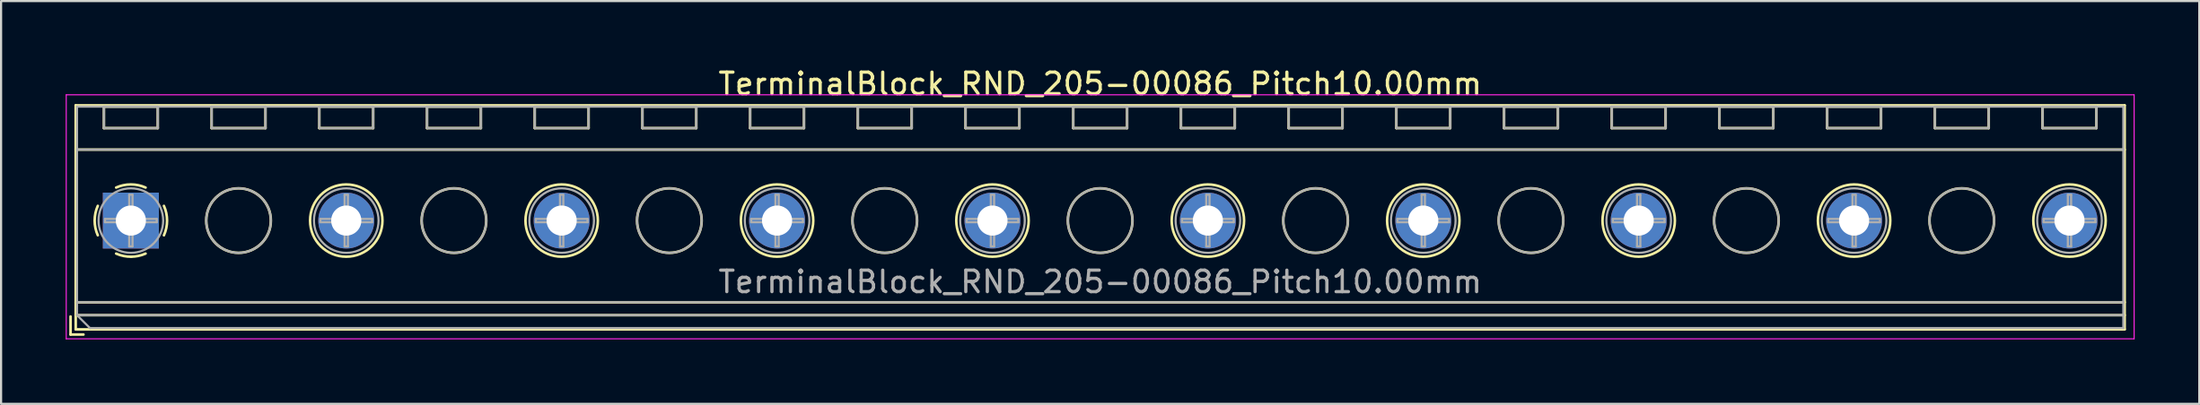
<source format=kicad_pcb>
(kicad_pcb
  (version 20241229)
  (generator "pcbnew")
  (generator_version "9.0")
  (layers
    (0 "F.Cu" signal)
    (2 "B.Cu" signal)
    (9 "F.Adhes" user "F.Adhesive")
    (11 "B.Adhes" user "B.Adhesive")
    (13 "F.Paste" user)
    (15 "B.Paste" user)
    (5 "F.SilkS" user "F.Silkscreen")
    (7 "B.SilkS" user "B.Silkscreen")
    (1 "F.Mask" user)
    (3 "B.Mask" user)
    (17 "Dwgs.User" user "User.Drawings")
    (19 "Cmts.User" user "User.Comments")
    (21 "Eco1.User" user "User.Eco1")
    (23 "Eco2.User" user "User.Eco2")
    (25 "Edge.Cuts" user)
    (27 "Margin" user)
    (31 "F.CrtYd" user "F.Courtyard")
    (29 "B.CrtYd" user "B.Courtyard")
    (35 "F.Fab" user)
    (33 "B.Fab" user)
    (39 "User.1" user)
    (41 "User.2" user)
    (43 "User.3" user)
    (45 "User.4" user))
  (footprint "TerminalBlock_RND_205-00086_Pitch10.00mm"
    (layer "F.Cu")
    (at 3.025 7.208)
    (property "Reference" "TerminalBlock_RND_205-00086_Pitch10.00mm" (at 45 -6.36 0) (layer "F.SilkS") (effects (font (size 1 1) (thickness 0.15))))
    (attr through_hole)
    (fp_line (start -2.8 4.46) (end -2.8 5.3) (stroke (width 0.12) (type solid)) (layer "F.SilkS"))
    (fp_line (start -2.8 5.3) (end -2.2 5.3) (stroke (width 0.12) (type solid)) (layer "F.SilkS"))
    (fp_line (start -2.56 -5.36) (end -2.56 5.06) (stroke (width 0.12) (type solid)) (layer "F.SilkS"))
    (fp_line (start -2.56 -3.3) (end 92.56 -3.3) (stroke (width 0.12) (type solid)) (layer "F.SilkS"))
    (fp_line (start -2.56 3.8) (end 92.56 3.8) (stroke (width 0.12) (type solid)) (layer "F.SilkS"))
    (fp_line (start -2.56 4.4) (end 92.56 4.4) (stroke (width 0.12) (type solid)) (layer "F.SilkS"))
    (fp_line (start -2.56 5.06) (end 92.56 5.06) (stroke (width 0.12) (type solid)) (layer "F.SilkS"))
    (fp_line (start -1.25 -5.301) (end -1.25 -4.301) (stroke (width 0.12) (type solid)) (layer "F.SilkS"))
    (fp_line (start -1.25 -5.301) (end 1.25 -5.301) (stroke (width 0.12) (type solid)) (layer "F.SilkS"))
    (fp_line (start -1.25 -4.301) (end 1.25 -4.301) (stroke (width 0.12) (type solid)) (layer "F.SilkS"))
    (fp_line (start 1.25 -5.301) (end 1.25 -4.301) (stroke (width 0.12) (type solid)) (layer "F.SilkS"))
    (fp_line (start 3.75 -5.301) (end 3.75 -4.301) (stroke (width 0.12) (type solid)) (layer "F.SilkS"))
    (fp_line (start 3.75 -5.301) (end 6.25 -5.301) (stroke (width 0.12) (type solid)) (layer "F.SilkS"))
    (fp_line (start 3.75 -4.301) (end 6.25 -4.301) (stroke (width 0.12) (type solid)) (layer "F.SilkS"))
    (fp_line (start 6.25 -5.301) (end 6.25 -4.301) (stroke (width 0.12) (type solid)) (layer "F.SilkS"))
    (fp_line (start 8.75 -5.301) (end 8.75 -4.301) (stroke (width 0.12) (type solid)) (layer "F.SilkS"))
    (fp_line (start 8.75 -5.301) (end 11.25 -5.301) (stroke (width 0.12) (type solid)) (layer "F.SilkS"))
    (fp_line (start 8.75 -4.301) (end 11.25 -4.301) (stroke (width 0.12) (type solid)) (layer "F.SilkS"))
    (fp_line (start 11.25 -5.301) (end 11.25 -4.301) (stroke (width 0.12) (type solid)) (layer "F.SilkS"))
    (fp_line (start 13.75 -5.301) (end 13.75 -4.301) (stroke (width 0.12) (type solid)) (layer "F.SilkS"))
    (fp_line (start 13.75 -5.301) (end 16.25 -5.301) (stroke (width 0.12) (type solid)) (layer "F.SilkS"))
    (fp_line (start 13.75 -4.301) (end 16.25 -4.301) (stroke (width 0.12) (type solid)) (layer "F.SilkS"))
    (fp_line (start 16.25 -5.301) (end 16.25 -4.301) (stroke (width 0.12) (type solid)) (layer "F.SilkS"))
    (fp_line (start 18.75 -5.301) (end 18.75 -4.301) (stroke (width 0.12) (type solid)) (layer "F.SilkS"))
    (fp_line (start 18.75 -5.301) (end 21.25 -5.301) (stroke (width 0.12) (type solid)) (layer "F.SilkS"))
    (fp_line (start 18.75 -4.301) (end 21.25 -4.301) (stroke (width 0.12) (type solid)) (layer "F.SilkS"))
    (fp_line (start 21.25 -5.301) (end 21.25 -4.301) (stroke (width 0.12) (type solid)) (layer "F.SilkS"))
    (fp_line (start 23.75 -5.301) (end 23.75 -4.301) (stroke (width 0.12) (type solid)) (layer "F.SilkS"))
    (fp_line (start 23.75 -5.301) (end 26.25 -5.301) (stroke (width 0.12) (type solid)) (layer "F.SilkS"))
    (fp_line (start 23.75 -4.301) (end 26.25 -4.301) (stroke (width 0.12) (type solid)) (layer "F.SilkS"))
    (fp_line (start 26.25 -5.301) (end 26.25 -4.301) (stroke (width 0.12) (type solid)) (layer "F.SilkS"))
    (fp_line (start 28.75 -5.301) (end 28.75 -4.301) (stroke (width 0.12) (type solid)) (layer "F.SilkS"))
    (fp_line (start 28.75 -5.301) (end 31.25 -5.301) (stroke (width 0.12) (type solid)) (layer "F.SilkS"))
    (fp_line (start 28.75 -4.301) (end 31.25 -4.301) (stroke (width 0.12) (type solid)) (layer "F.SilkS"))
    (fp_line (start 31.25 -5.301) (end 31.25 -4.301) (stroke (width 0.12) (type solid)) (layer "F.SilkS"))
    (fp_line (start 33.75 -5.301) (end 33.75 -4.301) (stroke (width 0.12) (type solid)) (layer "F.SilkS"))
    (fp_line (start 33.75 -5.301) (end 36.25 -5.301) (stroke (width 0.12) (type solid)) (layer "F.SilkS"))
    (fp_line (start 33.75 -4.301) (end 36.25 -4.301) (stroke (width 0.12) (type solid)) (layer "F.SilkS"))
    (fp_line (start 36.25 -5.301) (end 36.25 -4.301) (stroke (width 0.12) (type solid)) (layer "F.SilkS"))
    (fp_line (start 38.75 -5.301) (end 38.75 -4.301) (stroke (width 0.12) (type solid)) (layer "F.SilkS"))
    (fp_line (start 38.75 -5.301) (end 41.25 -5.301) (stroke (width 0.12) (type solid)) (layer "F.SilkS"))
    (fp_line (start 38.75 -4.301) (end 41.25 -4.301) (stroke (width 0.12) (type solid)) (layer "F.SilkS"))
    (fp_line (start 41.25 -5.301) (end 41.25 -4.301) (stroke (width 0.12) (type solid)) (layer "F.SilkS"))
    (fp_line (start 43.75 -5.301) (end 43.75 -4.301) (stroke (width 0.12) (type solid)) (layer "F.SilkS"))
    (fp_line (start 43.75 -5.301) (end 46.25 -5.301) (stroke (width 0.12) (type solid)) (layer "F.SilkS"))
    (fp_line (start 43.75 -4.301) (end 46.25 -4.301) (stroke (width 0.12) (type solid)) (layer "F.SilkS"))
    (fp_line (start 46.25 -5.301) (end 46.25 -4.301) (stroke (width 0.12) (type solid)) (layer "F.SilkS"))
    (fp_line (start 48.75 -5.301) (end 48.75 -4.301) (stroke (width 0.12) (type solid)) (layer "F.SilkS"))
    (fp_line (start 48.75 -5.301) (end 51.25 -5.301) (stroke (width 0.12) (type solid)) (layer "F.SilkS"))
    (fp_line (start 48.75 -4.301) (end 51.25 -4.301) (stroke (width 0.12) (type solid)) (layer "F.SilkS"))
    (fp_line (start 51.25 -5.301) (end 51.25 -4.301) (stroke (width 0.12) (type solid)) (layer "F.SilkS"))
    (fp_line (start 53.75 -5.301) (end 53.75 -4.301) (stroke (width 0.12) (type solid)) (layer "F.SilkS"))
    (fp_line (start 53.75 -5.301) (end 56.25 -5.301) (stroke (width 0.12) (type solid)) (layer "F.SilkS"))
    (fp_line (start 53.75 -4.301) (end 56.25 -4.301) (stroke (width 0.12) (type solid)) (layer "F.SilkS"))
    (fp_line (start 56.25 -5.301) (end 56.25 -4.301) (stroke (width 0.12) (type solid)) (layer "F.SilkS"))
    (fp_line (start 58.75 -5.301) (end 58.75 -4.301) (stroke (width 0.12) (type solid)) (layer "F.SilkS"))
    (fp_line (start 58.75 -5.301) (end 61.25 -5.301) (stroke (width 0.12) (type solid)) (layer "F.SilkS"))
    (fp_line (start 58.75 -4.301) (end 61.25 -4.301) (stroke (width 0.12) (type solid)) (layer "F.SilkS"))
    (fp_line (start 61.25 -5.301) (end 61.25 -4.301) (stroke (width 0.12) (type solid)) (layer "F.SilkS"))
    (fp_line (start 63.75 -5.301) (end 63.75 -4.301) (stroke (width 0.12) (type solid)) (layer "F.SilkS"))
    (fp_line (start 63.75 -5.301) (end 66.25 -5.301) (stroke (width 0.12) (type solid)) (layer "F.SilkS"))
    (fp_line (start 63.75 -4.301) (end 66.25 -4.301) (stroke (width 0.12) (type solid)) (layer "F.SilkS"))
    (fp_line (start 66.25 -5.301) (end 66.25 -4.301) (stroke (width 0.12) (type solid)) (layer "F.SilkS"))
    (fp_line (start 68.75 -5.301) (end 68.75 -4.301) (stroke (width 0.12) (type solid)) (layer "F.SilkS"))
    (fp_line (start 68.75 -5.301) (end 71.25 -5.301) (stroke (width 0.12) (type solid)) (layer "F.SilkS"))
    (fp_line (start 68.75 -4.301) (end 71.25 -4.301) (stroke (width 0.12) (type solid)) (layer "F.SilkS"))
    (fp_line (start 71.25 -5.301) (end 71.25 -4.301) (stroke (width 0.12) (type solid)) (layer "F.SilkS"))
    (fp_line (start 73.75 -5.301) (end 73.75 -4.301) (stroke (width 0.12) (type solid)) (layer "F.SilkS"))
    (fp_line (start 73.75 -5.301) (end 76.25 -5.301) (stroke (width 0.12) (type solid)) (layer "F.SilkS"))
    (fp_line (start 73.75 -4.301) (end 76.25 -4.301) (stroke (width 0.12) (type solid)) (layer "F.SilkS"))
    (fp_line (start 76.25 -5.301) (end 76.25 -4.301) (stroke (width 0.12) (type solid)) (layer "F.SilkS"))
    (fp_line (start 78.75 -5.301) (end 78.75 -4.301) (stroke (width 0.12) (type solid)) (layer "F.SilkS"))
    (fp_line (start 78.75 -5.301) (end 81.25 -5.301) (stroke (width 0.12) (type solid)) (layer "F.SilkS"))
    (fp_line (start 78.75 -4.301) (end 81.25 -4.301) (stroke (width 0.12) (type solid)) (layer "F.SilkS"))
    (fp_line (start 81.25 -5.301) (end 81.25 -4.301) (stroke (width 0.12) (type solid)) (layer "F.SilkS"))
    (fp_line (start 83.75 -5.301) (end 83.75 -4.301) (stroke (width 0.12) (type solid)) (layer "F.SilkS"))
    (fp_line (start 83.75 -5.301) (end 86.25 -5.301) (stroke (width 0.12) (type solid)) (layer "F.SilkS"))
    (fp_line (start 83.75 -4.301) (end 86.25 -4.301) (stroke (width 0.12) (type solid)) (layer "F.SilkS"))
    (fp_line (start 86.25 -5.301) (end 86.25 -4.301) (stroke (width 0.12) (type solid)) (layer "F.SilkS"))
    (fp_line (start 88.75 -5.301) (end 88.75 -4.301) (stroke (width 0.12) (type solid)) (layer "F.SilkS"))
    (fp_line (start 88.75 -5.301) (end 91.25 -5.301) (stroke (width 0.12) (type solid)) (layer "F.SilkS"))
    (fp_line (start 88.75 -4.301) (end 91.25 -4.301) (stroke (width 0.12) (type solid)) (layer "F.SilkS"))
    (fp_line (start 91.25 -5.301) (end 91.25 -4.301) (stroke (width 0.12) (type solid)) (layer "F.SilkS"))
    (fp_line (start 92.56 -5.36) (end -2.56 -5.36) (stroke (width 0.12) (type solid)) (layer "F.SilkS"))
    (fp_line (start 92.56 5.06) (end 92.56 -5.36) (stroke (width 0.12) (type solid)) (layer "F.SilkS"))
    (fp_arc (start -1.535427 0.683042) (mid -1.680501 -0.000524) (end -1.535 -0.684) (stroke (width 0.12) (type solid)) (layer "F.SilkS"))
    (fp_arc (start -0.683042 -1.535427) (mid 0.000524 -1.680501) (end 0.684 -1.535) (stroke (width 0.12) (type solid)) (layer "F.SilkS"))
    (fp_arc (start 0.028805 1.680253) (mid -0.335551 1.646659) (end -0.684 1.535) (stroke (width 0.12) (type solid)) (layer "F.SilkS"))
    (fp_arc (start 0.683318 1.534756) (mid 0.349292 1.643288) (end 0 1.68) (stroke (width 0.12) (type solid)) (layer "F.SilkS"))
    (fp_arc (start 1.535427 -0.683042) (mid 1.680501 0.000524) (end 1.535 0.684) (stroke (width 0.12) (type solid)) (layer "F.SilkS"))
    (fp_circle (center 5 0) (end 6.5 0) (stroke (width 0.12) (type solid)) (fill no) (layer "F.SilkS"))
    (fp_circle (center 10 0) (end 11.68 0) (stroke (width 0.12) (type solid)) (fill no) (layer "F.SilkS"))
    (fp_circle (center 15 0) (end 16.5 0) (stroke (width 0.12) (type solid)) (fill no) (layer "F.SilkS"))
    (fp_circle (center 20 0) (end 21.68 0) (stroke (width 0.12) (type solid)) (fill no) (layer "F.SilkS"))
    (fp_circle (center 25 0) (end 26.5 0) (stroke (width 0.12) (type solid)) (fill no) (layer "F.SilkS"))
    (fp_circle (center 30 0) (end 31.68 0) (stroke (width 0.12) (type solid)) (fill no) (layer "F.SilkS"))
    (fp_circle (center 35 0) (end 36.5 0) (stroke (width 0.12) (type solid)) (fill no) (layer "F.SilkS"))
    (fp_circle (center 40 0) (end 41.68 0) (stroke (width 0.12) (type solid)) (fill no) (layer "F.SilkS"))
    (fp_circle (center 45 0) (end 46.5 0) (stroke (width 0.12) (type solid)) (fill no) (layer "F.SilkS"))
    (fp_circle (center 50 0) (end 51.68 0) (stroke (width 0.12) (type solid)) (fill no) (layer "F.SilkS"))
    (fp_circle (center 55 0) (end 56.5 0) (stroke (width 0.12) (type solid)) (fill no) (layer "F.SilkS"))
    (fp_circle (center 60 0) (end 61.68 0) (stroke (width 0.12) (type solid)) (fill no) (layer "F.SilkS"))
    (fp_circle (center 65 0) (end 66.5 0) (stroke (width 0.12) (type solid)) (fill no) (layer "F.SilkS"))
    (fp_circle (center 70 0) (end 71.68 0) (stroke (width 0.12) (type solid)) (fill no) (layer "F.SilkS"))
    (fp_circle (center 75 0) (end 76.5 0) (stroke (width 0.12) (type solid)) (fill no) (layer "F.SilkS"))
    (fp_circle (center 80 0) (end 81.68 0) (stroke (width 0.12) (type solid)) (fill no) (layer "F.SilkS"))
    (fp_circle (center 85 0) (end 86.5 0) (stroke (width 0.12) (type solid)) (fill no) (layer "F.SilkS"))
    (fp_circle (center 90 0) (end 91.68 0) (stroke (width 0.12) (type solid)) (fill no) (layer "F.SilkS"))
    (fp_line (start -3 -5.85) (end -3 5.5) (stroke (width 0.05) (type solid)) (layer "F.CrtYd"))
    (fp_line (start -3 5.5) (end 93 5.5) (stroke (width 0.05) (type solid)) (layer "F.CrtYd"))
    (fp_line (start 93 -5.85) (end -3 -5.85) (stroke (width 0.05) (type solid)) (layer "F.CrtYd"))
    (fp_line (start 93 5.5) (end 93 -5.85) (stroke (width 0.05) (type solid)) (layer "F.CrtYd"))
    (fp_line (start -2.5 -5.3) (end 92.5 -5.3) (stroke (width 0.1) (type solid)) (layer "F.Fab"))
    (fp_line (start -2.5 -3.3) (end 92.5 -3.3) (stroke (width 0.1) (type solid)) (layer "F.Fab"))
    (fp_line (start -2.5 3.8) (end 92.5 3.8) (stroke (width 0.1) (type solid)) (layer "F.Fab"))
    (fp_line (start -2.5 4.4) (end -2.5 -5.3) (stroke (width 0.1) (type solid)) (layer "F.Fab"))
    (fp_line (start -2.5 4.4) (end 92.5 4.4) (stroke (width 0.1) (type solid)) (layer "F.Fab"))
    (fp_line (start -1.9 5) (end -2.5 4.4) (stroke (width 0.1) (type solid)) (layer "F.Fab"))
    (fp_line (start -1.25 -5.3) (end -1.25 -4.3) (stroke (width 0.1) (type solid)) (layer "F.Fab"))
    (fp_line (start -1.25 -4.3) (end 1.25 -4.3) (stroke (width 0.1) (type solid)) (layer "F.Fab"))
    (fp_line (start -1.201 -0.076) (end -0.076 -0.076) (stroke (width 0.1) (type solid)) (layer "F.Fab"))
    (fp_line (start -1.201 0.076) (end -1.201 -0.076) (stroke (width 0.1) (type solid)) (layer "F.Fab"))
    (fp_line (start -0.076 -1.201) (end 0.076 -1.201) (stroke (width 0.1) (type solid)) (layer "F.Fab"))
    (fp_line (start -0.076 -0.076) (end -0.076 -1.201) (stroke (width 0.1) (type solid)) (layer "F.Fab"))
    (fp_line (start -0.076 0.076) (end -1.201 0.076) (stroke (width 0.1) (type solid)) (layer "F.Fab"))
    (fp_line (start -0.076 1.201) (end -0.076 0.076) (stroke (width 0.1) (type solid)) (layer "F.Fab"))
    (fp_line (start 0.076 -1.201) (end 0.076 -0.076) (stroke (width 0.1) (type solid)) (layer "F.Fab"))
    (fp_line (start 0.076 -0.076) (end 1.201 -0.076) (stroke (width 0.1) (type solid)) (layer "F.Fab"))
    (fp_line (start 0.076 0.076) (end 0.076 1.201) (stroke (width 0.1) (type solid)) (layer "F.Fab"))
    (fp_line (start 0.076 1.201) (end -0.076 1.201) (stroke (width 0.1) (type solid)) (layer "F.Fab"))
    (fp_line (start 1.201 -0.076) (end 1.201 0.076) (stroke (width 0.1) (type solid)) (layer "F.Fab"))
    (fp_line (start 1.201 0.076) (end 0.076 0.076) (stroke (width 0.1) (type solid)) (layer "F.Fab"))
    (fp_line (start 1.25 -5.3) (end -1.25 -5.3) (stroke (width 0.1) (type solid)) (layer "F.Fab"))
    (fp_line (start 1.25 -4.3) (end 1.25 -5.3) (stroke (width 0.1) (type solid)) (layer "F.Fab"))
    (fp_line (start 3.75 -5.3) (end 3.75 -4.3) (stroke (width 0.1) (type solid)) (layer "F.Fab"))
    (fp_line (start 3.75 -4.3) (end 6.25 -4.3) (stroke (width 0.1) (type solid)) (layer "F.Fab"))
    (fp_line (start 6.25 -5.3) (end 3.75 -5.3) (stroke (width 0.1) (type solid)) (layer "F.Fab"))
    (fp_line (start 6.25 -4.3) (end 6.25 -5.3) (stroke (width 0.1) (type solid)) (layer "F.Fab"))
    (fp_line (start 8.75 -5.3) (end 8.75 -4.3) (stroke (width 0.1) (type solid)) (layer "F.Fab"))
    (fp_line (start 8.75 -4.3) (end 11.25 -4.3) (stroke (width 0.1) (type solid)) (layer "F.Fab"))
    (fp_line (start 8.799 -0.076) (end 9.924 -0.076) (stroke (width 0.1) (type solid)) (layer "F.Fab"))
    (fp_line (start 8.799 0.076) (end 8.799 -0.076) (stroke (width 0.1) (type solid)) (layer "F.Fab"))
    (fp_line (start 9.924 -1.201) (end 10.076 -1.201) (stroke (width 0.1) (type solid)) (layer "F.Fab"))
    (fp_line (start 9.924 -0.076) (end 9.924 -1.201) (stroke (width 0.1) (type solid)) (layer "F.Fab"))
    (fp_line (start 9.924 0.076) (end 8.799 0.076) (stroke (width 0.1) (type solid)) (layer "F.Fab"))
    (fp_line (start 9.924 1.201) (end 9.924 0.076) (stroke (width 0.1) (type solid)) (layer "F.Fab"))
    (fp_line (start 10.076 -1.201) (end 10.076 -0.076) (stroke (width 0.1) (type solid)) (layer "F.Fab"))
    (fp_line (start 10.076 -0.076) (end 11.201 -0.076) (stroke (width 0.1) (type solid)) (layer "F.Fab"))
    (fp_line (start 10.076 0.076) (end 10.076 1.201) (stroke (width 0.1) (type solid)) (layer "F.Fab"))
    (fp_line (start 10.076 1.201) (end 9.924 1.201) (stroke (width 0.1) (type solid)) (layer "F.Fab"))
    (fp_line (start 11.201 -0.076) (end 11.201 0.076) (stroke (width 0.1) (type solid)) (layer "F.Fab"))
    (fp_line (start 11.201 0.076) (end 10.076 0.076) (stroke (width 0.1) (type solid)) (layer "F.Fab"))
    (fp_line (start 11.25 -5.3) (end 8.75 -5.3) (stroke (width 0.1) (type solid)) (layer "F.Fab"))
    (fp_line (start 11.25 -4.3) (end 11.25 -5.3) (stroke (width 0.1) (type solid)) (layer "F.Fab"))
    (fp_line (start 13.75 -5.3) (end 13.75 -4.3) (stroke (width 0.1) (type solid)) (layer "F.Fab"))
    (fp_line (start 13.75 -4.3) (end 16.25 -4.3) (stroke (width 0.1) (type solid)) (layer "F.Fab"))
    (fp_line (start 16.25 -5.3) (end 13.75 -5.3) (stroke (width 0.1) (type solid)) (layer "F.Fab"))
    (fp_line (start 16.25 -4.3) (end 16.25 -5.3) (stroke (width 0.1) (type solid)) (layer "F.Fab"))
    (fp_line (start 18.75 -5.3) (end 18.75 -4.3) (stroke (width 0.1) (type solid)) (layer "F.Fab"))
    (fp_line (start 18.75 -4.3) (end 21.25 -4.3) (stroke (width 0.1) (type solid)) (layer "F.Fab"))
    (fp_line (start 18.799 -0.076) (end 19.924 -0.076) (stroke (width 0.1) (type solid)) (layer "F.Fab"))
    (fp_line (start 18.799 0.076) (end 18.799 -0.076) (stroke (width 0.1) (type solid)) (layer "F.Fab"))
    (fp_line (start 19.924 -1.201) (end 20.076 -1.201) (stroke (width 0.1) (type solid)) (layer "F.Fab"))
    (fp_line (start 19.924 -0.076) (end 19.924 -1.201) (stroke (width 0.1) (type solid)) (layer "F.Fab"))
    (fp_line (start 19.924 0.076) (end 18.799 0.076) (stroke (width 0.1) (type solid)) (layer "F.Fab"))
    (fp_line (start 19.924 1.201) (end 19.924 0.076) (stroke (width 0.1) (type solid)) (layer "F.Fab"))
    (fp_line (start 20.076 -1.201) (end 20.076 -0.076) (stroke (width 0.1) (type solid)) (layer "F.Fab"))
    (fp_line (start 20.076 -0.076) (end 21.201 -0.076) (stroke (width 0.1) (type solid)) (layer "F.Fab"))
    (fp_line (start 20.076 0.076) (end 20.076 1.201) (stroke (width 0.1) (type solid)) (layer "F.Fab"))
    (fp_line (start 20.076 1.201) (end 19.924 1.201) (stroke (width 0.1) (type solid)) (layer "F.Fab"))
    (fp_line (start 21.201 -0.076) (end 21.201 0.076) (stroke (width 0.1) (type solid)) (layer "F.Fab"))
    (fp_line (start 21.201 0.076) (end 20.076 0.076) (stroke (width 0.1) (type solid)) (layer "F.Fab"))
    (fp_line (start 21.25 -5.3) (end 18.75 -5.3) (stroke (width 0.1) (type solid)) (layer "F.Fab"))
    (fp_line (start 21.25 -4.3) (end 21.25 -5.3) (stroke (width 0.1) (type solid)) (layer "F.Fab"))
    (fp_line (start 23.75 -5.3) (end 23.75 -4.3) (stroke (width 0.1) (type solid)) (layer "F.Fab"))
    (fp_line (start 23.75 -4.3) (end 26.25 -4.3) (stroke (width 0.1) (type solid)) (layer "F.Fab"))
    (fp_line (start 26.25 -5.3) (end 23.75 -5.3) (stroke (width 0.1) (type solid)) (layer "F.Fab"))
    (fp_line (start 26.25 -4.3) (end 26.25 -5.3) (stroke (width 0.1) (type solid)) (layer "F.Fab"))
    (fp_line (start 28.75 -5.3) (end 28.75 -4.3) (stroke (width 0.1) (type solid)) (layer "F.Fab"))
    (fp_line (start 28.75 -4.3) (end 31.25 -4.3) (stroke (width 0.1) (type solid)) (layer "F.Fab"))
    (fp_line (start 28.799 -0.076) (end 29.924 -0.076) (stroke (width 0.1) (type solid)) (layer "F.Fab"))
    (fp_line (start 28.799 0.076) (end 28.799 -0.076) (stroke (width 0.1) (type solid)) (layer "F.Fab"))
    (fp_line (start 29.924 -1.201) (end 30.076 -1.201) (stroke (width 0.1) (type solid)) (layer "F.Fab"))
    (fp_line (start 29.924 -0.076) (end 29.924 -1.201) (stroke (width 0.1) (type solid)) (layer "F.Fab"))
    (fp_line (start 29.924 0.076) (end 28.799 0.076) (stroke (width 0.1) (type solid)) (layer "F.Fab"))
    (fp_line (start 29.924 1.201) (end 29.924 0.076) (stroke (width 0.1) (type solid)) (layer "F.Fab"))
    (fp_line (start 30.076 -1.201) (end 30.076 -0.076) (stroke (width 0.1) (type solid)) (layer "F.Fab"))
    (fp_line (start 30.076 -0.076) (end 31.201 -0.076) (stroke (width 0.1) (type solid)) (layer "F.Fab"))
    (fp_line (start 30.076 0.076) (end 30.076 1.201) (stroke (width 0.1) (type solid)) (layer "F.Fab"))
    (fp_line (start 30.076 1.201) (end 29.924 1.201) (stroke (width 0.1) (type solid)) (layer "F.Fab"))
    (fp_line (start 31.201 -0.076) (end 31.201 0.076) (stroke (width 0.1) (type solid)) (layer "F.Fab"))
    (fp_line (start 31.201 0.076) (end 30.076 0.076) (stroke (width 0.1) (type solid)) (layer "F.Fab"))
    (fp_line (start 31.25 -5.3) (end 28.75 -5.3) (stroke (width 0.1) (type solid)) (layer "F.Fab"))
    (fp_line (start 31.25 -4.3) (end 31.25 -5.3) (stroke (width 0.1) (type solid)) (layer "F.Fab"))
    (fp_line (start 33.75 -5.3) (end 33.75 -4.3) (stroke (width 0.1) (type solid)) (layer "F.Fab"))
    (fp_line (start 33.75 -4.3) (end 36.25 -4.3) (stroke (width 0.1) (type solid)) (layer "F.Fab"))
    (fp_line (start 36.25 -5.3) (end 33.75 -5.3) (stroke (width 0.1) (type solid)) (layer "F.Fab"))
    (fp_line (start 36.25 -4.3) (end 36.25 -5.3) (stroke (width 0.1) (type solid)) (layer "F.Fab"))
    (fp_line (start 38.75 -5.3) (end 38.75 -4.3) (stroke (width 0.1) (type solid)) (layer "F.Fab"))
    (fp_line (start 38.75 -4.3) (end 41.25 -4.3) (stroke (width 0.1) (type solid)) (layer "F.Fab"))
    (fp_line (start 38.799 -0.076) (end 39.924 -0.076) (stroke (width 0.1) (type solid)) (layer "F.Fab"))
    (fp_line (start 38.799 0.076) (end 38.799 -0.076) (stroke (width 0.1) (type solid)) (layer "F.Fab"))
    (fp_line (start 39.924 -1.201) (end 40.076 -1.201) (stroke (width 0.1) (type solid)) (layer "F.Fab"))
    (fp_line (start 39.924 -0.076) (end 39.924 -1.201) (stroke (width 0.1) (type solid)) (layer "F.Fab"))
    (fp_line (start 39.924 0.076) (end 38.799 0.076) (stroke (width 0.1) (type solid)) (layer "F.Fab"))
    (fp_line (start 39.924 1.201) (end 39.924 0.076) (stroke (width 0.1) (type solid)) (layer "F.Fab"))
    (fp_line (start 40.076 -1.201) (end 40.076 -0.076) (stroke (width 0.1) (type solid)) (layer "F.Fab"))
    (fp_line (start 40.076 -0.076) (end 41.201 -0.076) (stroke (width 0.1) (type solid)) (layer "F.Fab"))
    (fp_line (start 40.076 0.076) (end 40.076 1.201) (stroke (width 0.1) (type solid)) (layer "F.Fab"))
    (fp_line (start 40.076 1.201) (end 39.924 1.201) (stroke (width 0.1) (type solid)) (layer "F.Fab"))
    (fp_line (start 41.201 -0.076) (end 41.201 0.076) (stroke (width 0.1) (type solid)) (layer "F.Fab"))
    (fp_line (start 41.201 0.076) (end 40.076 0.076) (stroke (width 0.1) (type solid)) (layer "F.Fab"))
    (fp_line (start 41.25 -5.3) (end 38.75 -5.3) (stroke (width 0.1) (type solid)) (layer "F.Fab"))
    (fp_line (start 41.25 -4.3) (end 41.25 -5.3) (stroke (width 0.1) (type solid)) (layer "F.Fab"))
    (fp_line (start 43.75 -5.3) (end 43.75 -4.3) (stroke (width 0.1) (type solid)) (layer "F.Fab"))
    (fp_line (start 43.75 -4.3) (end 46.25 -4.3) (stroke (width 0.1) (type solid)) (layer "F.Fab"))
    (fp_line (start 46.25 -5.3) (end 43.75 -5.3) (stroke (width 0.1) (type solid)) (layer "F.Fab"))
    (fp_line (start 46.25 -4.3) (end 46.25 -5.3) (stroke (width 0.1) (type solid)) (layer "F.Fab"))
    (fp_line (start 48.75 -5.3) (end 48.75 -4.3) (stroke (width 0.1) (type solid)) (layer "F.Fab"))
    (fp_line (start 48.75 -4.3) (end 51.25 -4.3) (stroke (width 0.1) (type solid)) (layer "F.Fab"))
    (fp_line (start 48.799 -0.076) (end 49.924 -0.076) (stroke (width 0.1) (type solid)) (layer "F.Fab"))
    (fp_line (start 48.799 0.076) (end 48.799 -0.076) (stroke (width 0.1) (type solid)) (layer "F.Fab"))
    (fp_line (start 49.924 -1.201) (end 50.076 -1.201) (stroke (width 0.1) (type solid)) (layer "F.Fab"))
    (fp_line (start 49.924 -0.076) (end 49.924 -1.201) (stroke (width 0.1) (type solid)) (layer "F.Fab"))
    (fp_line (start 49.924 0.076) (end 48.799 0.076) (stroke (width 0.1) (type solid)) (layer "F.Fab"))
    (fp_line (start 49.924 1.201) (end 49.924 0.076) (stroke (width 0.1) (type solid)) (layer "F.Fab"))
    (fp_line (start 50.076 -1.201) (end 50.076 -0.076) (stroke (width 0.1) (type solid)) (layer "F.Fab"))
    (fp_line (start 50.076 -0.076) (end 51.201 -0.076) (stroke (width 0.1) (type solid)) (layer "F.Fab"))
    (fp_line (start 50.076 0.076) (end 50.076 1.201) (stroke (width 0.1) (type solid)) (layer "F.Fab"))
    (fp_line (start 50.076 1.201) (end 49.924 1.201) (stroke (width 0.1) (type solid)) (layer "F.Fab"))
    (fp_line (start 51.201 -0.076) (end 51.201 0.076) (stroke (width 0.1) (type solid)) (layer "F.Fab"))
    (fp_line (start 51.201 0.076) (end 50.076 0.076) (stroke (width 0.1) (type solid)) (layer "F.Fab"))
    (fp_line (start 51.25 -5.3) (end 48.75 -5.3) (stroke (width 0.1) (type solid)) (layer "F.Fab"))
    (fp_line (start 51.25 -4.3) (end 51.25 -5.3) (stroke (width 0.1) (type solid)) (layer "F.Fab"))
    (fp_line (start 53.75 -5.3) (end 53.75 -4.3) (stroke (width 0.1) (type solid)) (layer "F.Fab"))
    (fp_line (start 53.75 -4.3) (end 56.25 -4.3) (stroke (width 0.1) (type solid)) (layer "F.Fab"))
    (fp_line (start 56.25 -5.3) (end 53.75 -5.3) (stroke (width 0.1) (type solid)) (layer "F.Fab"))
    (fp_line (start 56.25 -4.3) (end 56.25 -5.3) (stroke (width 0.1) (type solid)) (layer "F.Fab"))
    (fp_line (start 58.75 -5.3) (end 58.75 -4.3) (stroke (width 0.1) (type solid)) (layer "F.Fab"))
    (fp_line (start 58.75 -4.3) (end 61.25 -4.3) (stroke (width 0.1) (type solid)) (layer "F.Fab"))
    (fp_line (start 58.799 -0.076) (end 59.924 -0.076) (stroke (width 0.1) (type solid)) (layer "F.Fab"))
    (fp_line (start 58.799 0.076) (end 58.799 -0.076) (stroke (width 0.1) (type solid)) (layer "F.Fab"))
    (fp_line (start 59.924 -1.201) (end 60.076 -1.201) (stroke (width 0.1) (type solid)) (layer "F.Fab"))
    (fp_line (start 59.924 -0.076) (end 59.924 -1.201) (stroke (width 0.1) (type solid)) (layer "F.Fab"))
    (fp_line (start 59.924 0.076) (end 58.799 0.076) (stroke (width 0.1) (type solid)) (layer "F.Fab"))
    (fp_line (start 59.924 1.201) (end 59.924 0.076) (stroke (width 0.1) (type solid)) (layer "F.Fab"))
    (fp_line (start 60.076 -1.201) (end 60.076 -0.076) (stroke (width 0.1) (type solid)) (layer "F.Fab"))
    (fp_line (start 60.076 -0.076) (end 61.201 -0.076) (stroke (width 0.1) (type solid)) (layer "F.Fab"))
    (fp_line (start 60.076 0.076) (end 60.076 1.201) (stroke (width 0.1) (type solid)) (layer "F.Fab"))
    (fp_line (start 60.076 1.201) (end 59.924 1.201) (stroke (width 0.1) (type solid)) (layer "F.Fab"))
    (fp_line (start 61.201 -0.076) (end 61.201 0.076) (stroke (width 0.1) (type solid)) (layer "F.Fab"))
    (fp_line (start 61.201 0.076) (end 60.076 0.076) (stroke (width 0.1) (type solid)) (layer "F.Fab"))
    (fp_line (start 61.25 -5.3) (end 58.75 -5.3) (stroke (width 0.1) (type solid)) (layer "F.Fab"))
    (fp_line (start 61.25 -4.3) (end 61.25 -5.3) (stroke (width 0.1) (type solid)) (layer "F.Fab"))
    (fp_line (start 63.75 -5.3) (end 63.75 -4.3) (stroke (width 0.1) (type solid)) (layer "F.Fab"))
    (fp_line (start 63.75 -4.3) (end 66.25 -4.3) (stroke (width 0.1) (type solid)) (layer "F.Fab"))
    (fp_line (start 66.25 -5.3) (end 63.75 -5.3) (stroke (width 0.1) (type solid)) (layer "F.Fab"))
    (fp_line (start 66.25 -4.3) (end 66.25 -5.3) (stroke (width 0.1) (type solid)) (layer "F.Fab"))
    (fp_line (start 68.75 -5.3) (end 68.75 -4.3) (stroke (width 0.1) (type solid)) (layer "F.Fab"))
    (fp_line (start 68.75 -4.3) (end 71.25 -4.3) (stroke (width 0.1) (type solid)) (layer "F.Fab"))
    (fp_line (start 68.799 -0.076) (end 69.924 -0.076) (stroke (width 0.1) (type solid)) (layer "F.Fab"))
    (fp_line (start 68.799 0.076) (end 68.799 -0.076) (stroke (width 0.1) (type solid)) (layer "F.Fab"))
    (fp_line (start 69.924 -1.201) (end 70.076 -1.201) (stroke (width 0.1) (type solid)) (layer "F.Fab"))
    (fp_line (start 69.924 -0.076) (end 69.924 -1.201) (stroke (width 0.1) (type solid)) (layer "F.Fab"))
    (fp_line (start 69.924 0.076) (end 68.799 0.076) (stroke (width 0.1) (type solid)) (layer "F.Fab"))
    (fp_line (start 69.924 1.201) (end 69.924 0.076) (stroke (width 0.1) (type solid)) (layer "F.Fab"))
    (fp_line (start 70.076 -1.201) (end 70.076 -0.076) (stroke (width 0.1) (type solid)) (layer "F.Fab"))
    (fp_line (start 70.076 -0.076) (end 71.201 -0.076) (stroke (width 0.1) (type solid)) (layer "F.Fab"))
    (fp_line (start 70.076 0.076) (end 70.076 1.201) (stroke (width 0.1) (type solid)) (layer "F.Fab"))
    (fp_line (start 70.076 1.201) (end 69.924 1.201) (stroke (width 0.1) (type solid)) (layer "F.Fab"))
    (fp_line (start 71.201 -0.076) (end 71.201 0.076) (stroke (width 0.1) (type solid)) (layer "F.Fab"))
    (fp_line (start 71.201 0.076) (end 70.076 0.076) (stroke (width 0.1) (type solid)) (layer "F.Fab"))
    (fp_line (start 71.25 -5.3) (end 68.75 -5.3) (stroke (width 0.1) (type solid)) (layer "F.Fab"))
    (fp_line (start 71.25 -4.3) (end 71.25 -5.3) (stroke (width 0.1) (type solid)) (layer "F.Fab"))
    (fp_line (start 73.75 -5.3) (end 73.75 -4.3) (stroke (width 0.1) (type solid)) (layer "F.Fab"))
    (fp_line (start 73.75 -4.3) (end 76.25 -4.3) (stroke (width 0.1) (type solid)) (layer "F.Fab"))
    (fp_line (start 76.25 -5.3) (end 73.75 -5.3) (stroke (width 0.1) (type solid)) (layer "F.Fab"))
    (fp_line (start 76.25 -4.3) (end 76.25 -5.3) (stroke (width 0.1) (type solid)) (layer "F.Fab"))
    (fp_line (start 78.75 -5.3) (end 78.75 -4.3) (stroke (width 0.1) (type solid)) (layer "F.Fab"))
    (fp_line (start 78.75 -4.3) (end 81.25 -4.3) (stroke (width 0.1) (type solid)) (layer "F.Fab"))
    (fp_line (start 78.799 -0.076) (end 79.924 -0.076) (stroke (width 0.1) (type solid)) (layer "F.Fab"))
    (fp_line (start 78.799 0.076) (end 78.799 -0.076) (stroke (width 0.1) (type solid)) (layer "F.Fab"))
    (fp_line (start 79.924 -1.201) (end 80.076 -1.201) (stroke (width 0.1) (type solid)) (layer "F.Fab"))
    (fp_line (start 79.924 -0.076) (end 79.924 -1.201) (stroke (width 0.1) (type solid)) (layer "F.Fab"))
    (fp_line (start 79.924 0.076) (end 78.799 0.076) (stroke (width 0.1) (type solid)) (layer "F.Fab"))
    (fp_line (start 79.924 1.201) (end 79.924 0.076) (stroke (width 0.1) (type solid)) (layer "F.Fab"))
    (fp_line (start 80.076 -1.201) (end 80.076 -0.076) (stroke (width 0.1) (type solid)) (layer "F.Fab"))
    (fp_line (start 80.076 -0.076) (end 81.201 -0.076) (stroke (width 0.1) (type solid)) (layer "F.Fab"))
    (fp_line (start 80.076 0.076) (end 80.076 1.201) (stroke (width 0.1) (type solid)) (layer "F.Fab"))
    (fp_line (start 80.076 1.201) (end 79.924 1.201) (stroke (width 0.1) (type solid)) (layer "F.Fab"))
    (fp_line (start 81.201 -0.076) (end 81.201 0.076) (stroke (width 0.1) (type solid)) (layer "F.Fab"))
    (fp_line (start 81.201 0.076) (end 80.076 0.076) (stroke (width 0.1) (type solid)) (layer "F.Fab"))
    (fp_line (start 81.25 -5.3) (end 78.75 -5.3) (stroke (width 0.1) (type solid)) (layer "F.Fab"))
    (fp_line (start 81.25 -4.3) (end 81.25 -5.3) (stroke (width 0.1) (type solid)) (layer "F.Fab"))
    (fp_line (start 83.75 -5.3) (end 83.75 -4.3) (stroke (width 0.1) (type solid)) (layer "F.Fab"))
    (fp_line (start 83.75 -4.3) (end 86.25 -4.3) (stroke (width 0.1) (type solid)) (layer "F.Fab"))
    (fp_line (start 86.25 -5.3) (end 83.75 -5.3) (stroke (width 0.1) (type solid)) (layer "F.Fab"))
    (fp_line (start 86.25 -4.3) (end 86.25 -5.3) (stroke (width 0.1) (type solid)) (layer "F.Fab"))
    (fp_line (start 88.75 -5.3) (end 88.75 -4.3) (stroke (width 0.1) (type solid)) (layer "F.Fab"))
    (fp_line (start 88.75 -4.3) (end 91.25 -4.3) (stroke (width 0.1) (type solid)) (layer "F.Fab"))
    (fp_line (start 88.799 -0.076) (end 89.924 -0.076) (stroke (width 0.1) (type solid)) (layer "F.Fab"))
    (fp_line (start 88.799 0.076) (end 88.799 -0.076) (stroke (width 0.1) (type solid)) (layer "F.Fab"))
    (fp_line (start 89.924 -1.201) (end 90.076 -1.201) (stroke (width 0.1) (type solid)) (layer "F.Fab"))
    (fp_line (start 89.924 -0.076) (end 89.924 -1.201) (stroke (width 0.1) (type solid)) (layer "F.Fab"))
    (fp_line (start 89.924 0.076) (end 88.799 0.076) (stroke (width 0.1) (type solid)) (layer "F.Fab"))
    (fp_line (start 89.924 1.201) (end 89.924 0.076) (stroke (width 0.1) (type solid)) (layer "F.Fab"))
    (fp_line (start 90.076 -1.201) (end 90.076 -0.076) (stroke (width 0.1) (type solid)) (layer "F.Fab"))
    (fp_line (start 90.076 -0.076) (end 91.201 -0.076) (stroke (width 0.1) (type solid)) (layer "F.Fab"))
    (fp_line (start 90.076 0.076) (end 90.076 1.201) (stroke (width 0.1) (type solid)) (layer "F.Fab"))
    (fp_line (start 90.076 1.201) (end 89.924 1.201) (stroke (width 0.1) (type solid)) (layer "F.Fab"))
    (fp_line (start 91.201 -0.076) (end 91.201 0.076) (stroke (width 0.1) (type solid)) (layer "F.Fab"))
    (fp_line (start 91.201 0.076) (end 90.076 0.076) (stroke (width 0.1) (type solid)) (layer "F.Fab"))
    (fp_line (start 91.25 -5.3) (end 88.75 -5.3) (stroke (width 0.1) (type solid)) (layer "F.Fab"))
    (fp_line (start 91.25 -4.3) (end 91.25 -5.3) (stroke (width 0.1) (type solid)) (layer "F.Fab"))
    (fp_line (start 92.5 -5.3) (end 92.5 5) (stroke (width 0.1) (type solid)) (layer "F.Fab"))
    (fp_line (start 92.5 5) (end -1.9 5) (stroke (width 0.1) (type solid)) (layer "F.Fab"))
    (fp_circle (center 0 0) (end 1.5 0) (stroke (width 0.1) (type solid)) (fill no) (layer "F.Fab"))
    (fp_circle (center 5 0) (end 6.5 0) (stroke (width 0.1) (type solid)) (fill no) (layer "F.Fab"))
    (fp_circle (center 10 0) (end 11.5 0) (stroke (width 0.1) (type solid)) (fill no) (layer "F.Fab"))
    (fp_circle (center 15 0) (end 16.5 0) (stroke (width 0.1) (type solid)) (fill no) (layer "F.Fab"))
    (fp_circle (center 20 0) (end 21.5 0) (stroke (width 0.1) (type solid)) (fill no) (layer "F.Fab"))
    (fp_circle (center 25 0) (end 26.5 0) (stroke (width 0.1) (type solid)) (fill no) (layer "F.Fab"))
    (fp_circle (center 30 0) (end 31.5 0) (stroke (width 0.1) (type solid)) (fill no) (layer "F.Fab"))
    (fp_circle (center 35 0) (end 36.5 0) (stroke (width 0.1) (type solid)) (fill no) (layer "F.Fab"))
    (fp_circle (center 40 0) (end 41.5 0) (stroke (width 0.1) (type solid)) (fill no) (layer "F.Fab"))
    (fp_circle (center 45 0) (end 46.5 0) (stroke (width 0.1) (type solid)) (fill no) (layer "F.Fab"))
    (fp_circle (center 50 0) (end 51.5 0) (stroke (width 0.1) (type solid)) (fill no) (layer "F.Fab"))
    (fp_circle (center 55 0) (end 56.5 0) (stroke (width 0.1) (type solid)) (fill no) (layer "F.Fab"))
    (fp_circle (center 60 0) (end 61.5 0) (stroke (width 0.1) (type solid)) (fill no) (layer "F.Fab"))
    (fp_circle (center 65 0) (end 66.5 0) (stroke (width 0.1) (type solid)) (fill no) (layer "F.Fab"))
    (fp_circle (center 70 0) (end 71.5 0) (stroke (width 0.1) (type solid)) (fill no) (layer "F.Fab"))
    (fp_circle (center 75 0) (end 76.5 0) (stroke (width 0.1) (type solid)) (fill no) (layer "F.Fab"))
    (fp_circle (center 80 0) (end 81.5 0) (stroke (width 0.1) (type solid)) (fill no) (layer "F.Fab"))
    (fp_circle (center 85 0) (end 86.5 0) (stroke (width 0.1) (type solid)) (fill no) (layer "F.Fab"))
    (fp_circle (center 90 0) (end 91.5 0) (stroke (width 0.1) (type solid)) (fill no) (layer "F.Fab"))
    (fp_text user "${REFERENCE}" (at 45 2.85 0) (layer "F.Fab") (effects (font (size 1 1) (thickness 0.15))))
    (pad "1" thru_hole rect (at 0 0) (size 2.6 2.6) (drill 1.4) (layers "*.Cu" "*.Mask"))
    (pad "2" thru_hole circle (at 10 0) (size 2.6 2.6) (drill 1.4) (layers "*.Cu" "*.Mask"))
    (pad "3" thru_hole circle (at 20 0) (size 2.6 2.6) (drill 1.4) (layers "*.Cu" "*.Mask"))
    (pad "4" thru_hole circle (at 30 0) (size 2.6 2.6) (drill 1.4) (layers "*.Cu" "*.Mask"))
    (pad "5" thru_hole circle (at 40 0) (size 2.6 2.6) (drill 1.4) (layers "*.Cu" "*.Mask"))
    (pad "6" thru_hole circle (at 50 0) (size 2.6 2.6) (drill 1.4) (layers "*.Cu" "*.Mask"))
    (pad "7" thru_hole circle (at 60 0) (size 2.6 2.6) (drill 1.4) (layers "*.Cu" "*.Mask"))
    (pad "8" thru_hole circle (at 70 0) (size 2.6 2.6) (drill 1.4) (layers "*.Cu" "*.Mask"))
    (pad "9" thru_hole circle (at 80 0) (size 2.6 2.6) (drill 1.4) (layers "*.Cu" "*.Mask"))
    (pad "10" thru_hole circle (at 90 0) (size 2.6 2.6) (drill 1.4) (layers "*.Cu" "*.Mask")))
  (gr_rect
    (start -3 -3)
    (end 99.05 15.733)
    (stroke (width 0.1) (type default))
    (fill no)
    (layer "Edge.Cuts")))
</source>
